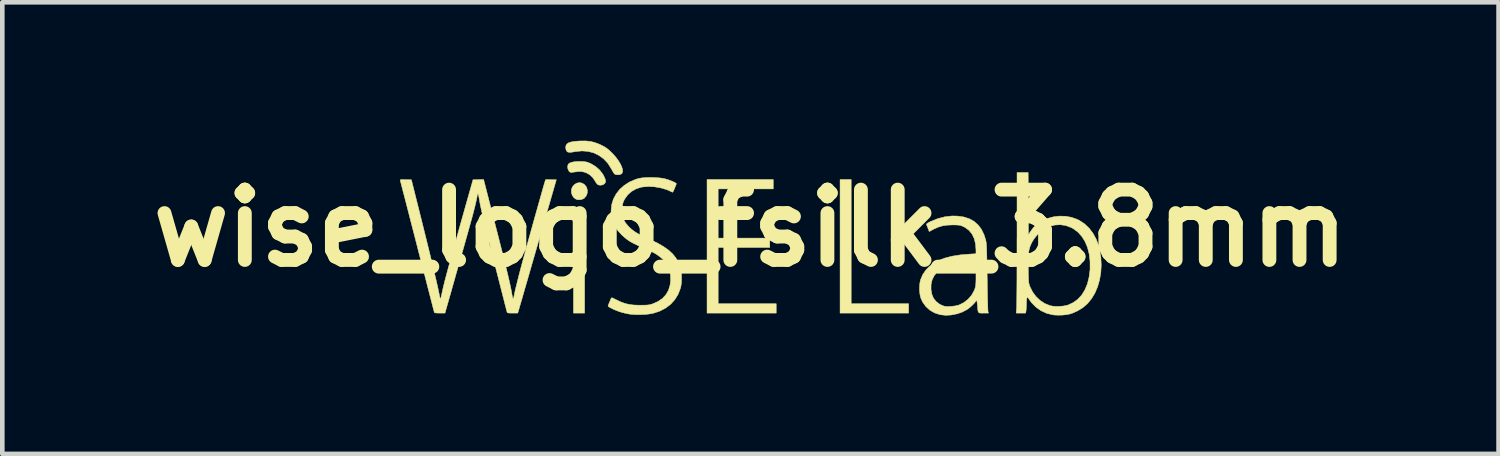
<source format=kicad_pcb>
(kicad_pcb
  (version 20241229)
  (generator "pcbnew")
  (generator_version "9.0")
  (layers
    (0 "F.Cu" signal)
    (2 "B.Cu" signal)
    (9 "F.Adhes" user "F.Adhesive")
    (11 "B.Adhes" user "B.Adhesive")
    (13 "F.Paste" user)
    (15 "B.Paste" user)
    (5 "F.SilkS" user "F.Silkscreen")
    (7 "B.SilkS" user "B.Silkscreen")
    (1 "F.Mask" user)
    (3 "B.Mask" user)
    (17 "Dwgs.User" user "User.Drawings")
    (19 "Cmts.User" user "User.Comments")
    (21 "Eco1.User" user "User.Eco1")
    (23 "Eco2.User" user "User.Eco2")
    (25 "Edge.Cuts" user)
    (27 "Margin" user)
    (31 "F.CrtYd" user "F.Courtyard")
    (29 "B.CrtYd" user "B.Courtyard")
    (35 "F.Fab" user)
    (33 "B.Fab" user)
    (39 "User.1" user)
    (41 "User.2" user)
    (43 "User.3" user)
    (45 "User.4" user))
  (footprint "wise_logo_fsilk_3.8mm"
    (layer "F.Cu")
    (at 13.215 1.895)
    (property "Reference" "wise_logo_fsilk_3.8mm" (at 0 0 0) (layer "F.SilkS") (effects (font (size 1.524 1.524) (thickness 0.3))))
    (attr through_hole)
    (fp_poly (pts (xy -3.594 1.841) (xy -3.835 1.841) (xy -3.835 -0.216) (xy -3.594 -0.216) (xy -3.594 1.841)) (stroke (width 0.01) (type solid)) (fill yes) (layer "F.SilkS"))
    (fp_poly (pts (xy 2.184 1.638) (xy 3.429 1.638) (xy 3.429 1.841) (xy 1.943 1.841) (xy 1.943 -1.054) (xy 2.184 -1.054) (xy 2.184 1.638)) (stroke (width 0.01) (type solid)) (fill yes) (layer "F.SilkS"))
    (fp_poly (pts (xy 0.495 -0.851) (xy -0.699 -0.851) (xy -0.699 0.216) (xy 0.419 0.216) (xy 0.419 0.419) (xy -0.699 0.419) (xy -0.699 1.638) (xy 0.559 1.638) (xy 0.559 1.841) (xy -0.94 1.841) (xy -0.94 -1.054) (xy 0.495 -1.054) (xy 0.495 -0.851)) (stroke (width 0.01) (type solid)) (fill yes) (layer "F.SilkS"))
    (fp_poly (pts (xy -3.65 -0.977) (xy -3.599 -0.947) (xy -3.558 -0.898) (xy -3.553 -0.888) (xy -3.534 -0.825) (xy -3.536 -0.76) (xy -3.559 -0.7) (xy -3.6 -0.651) (xy -3.608 -0.644) (xy -3.657 -0.622) (xy -3.716 -0.614) (xy -3.771 -0.624) (xy -3.78 -0.627) (xy -3.828 -0.662) (xy -3.863 -0.713) (xy -3.88 -0.772) (xy -3.88 -0.835) (xy -3.859 -0.893) (xy -3.858 -0.894) (xy -3.815 -0.945) (xy -3.763 -0.976) (xy -3.707 -0.987) (xy -3.65 -0.977)) (stroke (width 0.01) (type solid)) (fill yes) (layer "F.SilkS"))
    (fp_poly (pts (xy -3.672 -1.446) (xy -3.61 -1.442) (xy -3.563 -1.436) (xy -3.522 -1.425) (xy -3.478 -1.406) (xy -3.453 -1.395) (xy -3.354 -1.335) (xy -3.267 -1.258) (xy -3.198 -1.168) (xy -3.176 -1.127) (xy -3.15 -1.07) (xy -3.139 -1.028) (xy -3.142 -0.995) (xy -3.159 -0.966) (xy -3.159 -0.966) (xy -3.193 -0.942) (xy -3.238 -0.931) (xy -3.284 -0.934) (xy -3.312 -0.946) (xy -3.334 -0.97) (xy -3.359 -1.006) (xy -3.371 -1.028) (xy -3.422 -1.102) (xy -3.488 -1.161) (xy -3.566 -1.204) (xy -3.65 -1.226) (xy -3.725 -1.228) (xy -3.778 -1.221) (xy -3.832 -1.214) (xy -3.849 -1.212) (xy -3.887 -1.208) (xy -3.909 -1.213) (xy -3.928 -1.23) (xy -3.935 -1.239) (xy -3.956 -1.283) (xy -3.962 -1.335) (xy -3.951 -1.382) (xy -3.949 -1.385) (xy -3.924 -1.408) (xy -3.877 -1.427) (xy -3.813 -1.44) (xy -3.736 -1.446) (xy -3.672 -1.446)) (stroke (width 0.01) (type solid)) (fill yes) (layer "F.SilkS"))
    (fp_poly (pts (xy -3.471 -1.88) (xy -3.379 -1.858) (xy -3.285 -1.823) (xy -3.222 -1.794) (xy -3.162 -1.762) (xy -3.111 -1.729) (xy -3.063 -1.69) (xy -3.009 -1.638) (xy -2.997 -1.627) (xy -2.928 -1.551) (xy -2.87 -1.475) (xy -2.824 -1.401) (xy -2.791 -1.333) (xy -2.772 -1.273) (xy -2.77 -1.223) (xy -2.784 -1.187) (xy -2.795 -1.176) (xy -2.832 -1.161) (xy -2.877 -1.156) (xy -2.92 -1.161) (xy -2.949 -1.177) (xy -2.95 -1.178) (xy -2.965 -1.2) (xy -2.987 -1.237) (xy -3.012 -1.282) (xy -3.015 -1.287) (xy -3.088 -1.403) (xy -3.177 -1.499) (xy -3.28 -1.575) (xy -3.394 -1.631) (xy -3.519 -1.664) (xy -3.652 -1.674) (xy -3.791 -1.66) (xy -3.809 -1.657) (xy -3.878 -1.645) (xy -3.928 -1.643) (xy -3.961 -1.651) (xy -3.983 -1.671) (xy -3.998 -1.704) (xy -3.999 -1.709) (xy -4.005 -1.755) (xy -3.995 -1.797) (xy -3.995 -1.798) (xy -3.974 -1.828) (xy -3.939 -1.851) (xy -3.886 -1.868) (xy -3.813 -1.88) (xy -3.719 -1.888) (xy -3.687 -1.889) (xy -3.572 -1.89) (xy -3.471 -1.88)) (stroke (width 0.01) (type solid)) (fill yes) (layer "F.SilkS"))
    (fp_poly (pts (xy 6.023 -0.53) (xy 6.026 0.146) (xy 6.061 0.087) (xy 6.132 -0.011) (xy 6.222 -0.093) (xy 6.326 -0.161) (xy 6.442 -0.211) (xy 6.566 -0.245) (xy 6.694 -0.261) (xy 6.825 -0.258) (xy 6.953 -0.236) (xy 7.077 -0.193) (xy 7.125 -0.17) (xy 7.239 -0.096) (xy 7.34 -0.001) (xy 7.426 0.113) (xy 7.497 0.244) (xy 7.55 0.39) (xy 7.57 0.469) (xy 7.596 0.635) (xy 7.604 0.801) (xy 7.595 0.963) (xy 7.568 1.12) (xy 7.526 1.268) (xy 7.468 1.405) (xy 7.395 1.527) (xy 7.309 1.633) (xy 7.21 1.719) (xy 7.209 1.72) (xy 7.093 1.792) (xy 6.973 1.845) (xy 6.917 1.862) (xy 6.848 1.875) (xy 6.765 1.884) (xy 6.676 1.886) (xy 6.594 1.883) (xy 6.554 1.878) (xy 6.421 1.846) (xy 6.299 1.79) (xy 6.19 1.713) (xy 6.095 1.617) (xy 6.049 1.554) (xy 6.024 1.517) (xy 6.008 1.499) (xy 6 1.497) (xy 5.994 1.508) (xy 5.993 1.513) (xy 5.988 1.54) (xy 5.985 1.584) (xy 5.983 1.635) (xy 5.983 1.645) (xy 5.981 1.7) (xy 5.978 1.753) (xy 5.974 1.791) (xy 5.974 1.794) (xy 5.966 1.841) (xy 5.762 1.841) (xy 5.77 1.725) (xy 5.771 1.697) (xy 5.772 1.645) (xy 5.773 1.572) (xy 5.774 1.478) (xy 5.775 1.366) (xy 5.776 1.238) (xy 5.777 1.095) (xy 5.777 0.939) (xy 5.778 0.773) (xy 5.778 0.733) (xy 6.021 0.733) (xy 6.022 0.845) (xy 6.022 0.876) (xy 6.024 0.974) (xy 6.026 1.051) (xy 6.028 1.109) (xy 6.031 1.154) (xy 6.035 1.188) (xy 6.041 1.215) (xy 6.048 1.24) (xy 6.057 1.264) (xy 6.115 1.381) (xy 6.19 1.483) (xy 6.28 1.568) (xy 6.381 1.634) (xy 6.492 1.678) (xy 6.534 1.688) (xy 6.605 1.696) (xy 6.689 1.696) (xy 6.775 1.689) (xy 6.853 1.675) (xy 6.889 1.664) (xy 7 1.612) (xy 7.098 1.54) (xy 7.182 1.448) (xy 7.25 1.337) (xy 7.304 1.208) (xy 7.34 1.063) (xy 7.361 0.903) (xy 7.362 0.875) (xy 7.361 0.712) (xy 7.342 0.559) (xy 7.306 0.418) (xy 7.253 0.291) (xy 7.184 0.181) (xy 7.101 0.088) (xy 7.003 0.014) (xy 6.955 -0.012) (xy 6.839 -0.056) (xy 6.72 -0.074) (xy 6.599 -0.068) (xy 6.477 -0.036) (xy 6.401 -0.003) (xy 6.337 0.037) (xy 6.269 0.094) (xy 6.203 0.162) (xy 6.145 0.235) (xy 6.105 0.3) (xy 6.08 0.352) (xy 6.06 0.4) (xy 6.045 0.449) (xy 6.034 0.503) (xy 6.027 0.566) (xy 6.023 0.641) (xy 6.021 0.733) (xy 5.778 0.733) (xy 5.778 0.597) (xy 5.778 0.413) (xy 5.778 0.224) (xy 5.779 0.201) (xy 5.779 -1.206) (xy 6.02 -1.206) (xy 6.023 -0.53)) (stroke (width 0.01) (type solid)) (fill yes) (layer "F.SilkS"))
    (fp_poly (pts (xy -2.084 -1.097) (xy -1.989 -1.091) (xy -1.906 -1.081) (xy -1.85 -1.069) (xy -1.786 -1.05) (xy -1.725 -1.028) (xy -1.672 -1.006) (xy -1.632 -0.986) (xy -1.608 -0.969) (xy -1.605 -0.96) (xy -1.634 -0.886) (xy -1.656 -0.834) (xy -1.672 -0.8) (xy -1.682 -0.782) (xy -1.687 -0.778) (xy -1.687 -0.778) (xy -1.808 -0.833) (xy -1.941 -0.872) (xy -2.078 -0.896) (xy -2.213 -0.903) (xy -2.34 -0.892) (xy -2.365 -0.888) (xy -2.475 -0.853) (xy -2.574 -0.798) (xy -2.657 -0.725) (xy -2.722 -0.636) (xy -2.741 -0.6) (xy -2.757 -0.563) (xy -2.767 -0.53) (xy -2.772 -0.493) (xy -2.774 -0.444) (xy -2.775 -0.394) (xy -2.771 -0.3) (xy -2.759 -0.225) (xy -2.735 -0.16) (xy -2.697 -0.101) (xy -2.643 -0.039) (xy -2.624 -0.019) (xy -2.582 0.019) (xy -2.539 0.054) (xy -2.49 0.088) (xy -2.433 0.122) (xy -2.363 0.158) (xy -2.277 0.2) (xy -2.171 0.248) (xy -2.16 0.253) (xy -2.008 0.327) (xy -1.879 0.402) (xy -1.771 0.479) (xy -1.684 0.56) (xy -1.614 0.648) (xy -1.56 0.744) (xy -1.521 0.845) (xy -1.504 0.921) (xy -1.494 1.012) (xy -1.492 1.109) (xy -1.497 1.202) (xy -1.511 1.282) (xy -1.516 1.301) (xy -1.568 1.435) (xy -1.64 1.551) (xy -1.73 1.651) (xy -1.839 1.733) (xy -1.966 1.799) (xy -2.099 1.843) (xy -2.175 1.858) (xy -2.268 1.869) (xy -2.37 1.874) (xy -2.473 1.874) (xy -2.569 1.869) (xy -2.631 1.861) (xy -2.698 1.848) (xy -2.772 1.83) (xy -2.837 1.811) (xy -2.841 1.809) (xy -2.896 1.789) (xy -2.952 1.766) (xy -3.004 1.741) (xy -3.047 1.719) (xy -3.076 1.7) (xy -3.086 1.688) (xy -3.081 1.672) (xy -3.069 1.641) (xy -3.059 1.617) (xy -3.042 1.576) (xy -3.027 1.54) (xy -3.022 1.528) (xy -3.016 1.515) (xy -3.008 1.51) (xy -2.992 1.512) (xy -2.965 1.524) (xy -2.921 1.546) (xy -2.903 1.555) (xy -2.809 1.599) (xy -2.722 1.631) (xy -2.635 1.652) (xy -2.54 1.665) (xy -2.43 1.67) (xy -2.394 1.67) (xy -2.316 1.669) (xy -2.258 1.668) (xy -2.213 1.664) (xy -2.176 1.658) (xy -2.141 1.648) (xy -2.118 1.641) (xy -2.002 1.589) (xy -1.906 1.523) (xy -1.831 1.442) (xy -1.776 1.346) (xy -1.742 1.236) (xy -1.73 1.143) (xy -1.733 1.014) (xy -1.757 0.899) (xy -1.802 0.796) (xy -1.87 0.703) (xy -1.902 0.671) (xy -1.967 0.616) (xy -2.041 0.564) (xy -2.13 0.514) (xy -2.237 0.463) (xy -2.324 0.425) (xy -2.435 0.378) (xy -2.525 0.335) (xy -2.601 0.294) (xy -2.667 0.25) (xy -2.728 0.202) (xy -2.788 0.147) (xy -2.795 0.14) (xy -2.879 0.047) (xy -2.941 -0.045) (xy -2.984 -0.143) (xy -3.01 -0.251) (xy -3.01 -0.253) (xy -3.02 -0.385) (xy -3.006 -0.512) (xy -2.969 -0.631) (xy -2.91 -0.741) (xy -2.832 -0.841) (xy -2.735 -0.927) (xy -2.621 -1) (xy -2.49 -1.056) (xy -2.426 -1.076) (xy -2.36 -1.088) (xy -2.276 -1.096) (xy -2.182 -1.099) (xy -2.084 -1.097)) (stroke (width 0.01) (type solid)) (fill yes) (layer "F.SilkS"))
    (fp_poly (pts (xy 4.482 -0.262) (xy 4.621 -0.243) (xy 4.742 -0.205) (xy 4.846 -0.148) (xy 4.934 -0.071) (xy 5.006 0.024) (xy 5.063 0.141) (xy 5.095 0.239) (xy 5.101 0.262) (xy 5.106 0.285) (xy 5.11 0.311) (xy 5.114 0.342) (xy 5.117 0.381) (xy 5.119 0.429) (xy 5.121 0.489) (xy 5.123 0.564) (xy 5.125 0.655) (xy 5.127 0.764) (xy 5.129 0.895) (xy 5.131 1.048) (xy 5.132 1.054) (xy 5.134 1.188) (xy 5.136 1.315) (xy 5.138 1.432) (xy 5.14 1.538) (xy 5.143 1.63) (xy 5.145 1.705) (xy 5.147 1.761) (xy 5.149 1.796) (xy 5.15 1.807) (xy 5.159 1.841) (xy 5.051 1.841) (xy 5.004 1.842) (xy 4.971 1.839) (xy 4.95 1.831) (xy 4.937 1.812) (xy 4.93 1.779) (xy 4.925 1.728) (xy 4.921 1.673) (xy 4.916 1.624) (xy 4.909 1.586) (xy 4.903 1.564) (xy 4.901 1.562) (xy 4.89 1.572) (xy 4.889 1.573) (xy 4.88 1.593) (xy 4.855 1.624) (xy 4.819 1.661) (xy 4.777 1.7) (xy 4.733 1.737) (xy 4.693 1.765) (xy 4.591 1.819) (xy 4.476 1.858) (xy 4.354 1.882) (xy 4.234 1.889) (xy 4.121 1.877) (xy 4.107 1.874) (xy 3.991 1.836) (xy 3.889 1.777) (xy 3.803 1.699) (xy 3.735 1.605) (xy 3.693 1.514) (xy 3.676 1.445) (xy 3.666 1.361) (xy 3.666 1.323) (xy 3.914 1.323) (xy 3.931 1.429) (xy 3.968 1.518) (xy 4.024 1.59) (xy 4.099 1.647) (xy 4.148 1.671) (xy 4.188 1.687) (xy 4.223 1.696) (xy 4.262 1.699) (xy 4.314 1.698) (xy 4.337 1.697) (xy 4.431 1.687) (xy 4.509 1.669) (xy 4.524 1.664) (xy 4.628 1.612) (xy 4.719 1.54) (xy 4.795 1.452) (xy 4.851 1.351) (xy 4.864 1.318) (xy 4.873 1.289) (xy 4.88 1.259) (xy 4.884 1.224) (xy 4.887 1.178) (xy 4.889 1.118) (xy 4.889 1.039) (xy 4.889 0.995) (xy 4.889 0.745) (xy 4.715 0.754) (xy 4.538 0.769) (xy 4.383 0.796) (xy 4.25 0.836) (xy 4.14 0.887) (xy 4.051 0.951) (xy 3.985 1.027) (xy 3.94 1.116) (xy 3.916 1.217) (xy 3.914 1.323) (xy 3.666 1.323) (xy 3.665 1.271) (xy 3.673 1.187) (xy 3.688 1.118) (xy 3.734 1.009) (xy 3.797 0.915) (xy 3.868 0.84) (xy 3.965 0.763) (xy 4.082 0.699) (xy 4.218 0.647) (xy 4.375 0.607) (xy 4.553 0.579) (xy 4.734 0.564) (xy 4.889 0.555) (xy 4.889 0.471) (xy 4.879 0.341) (xy 4.851 0.227) (xy 4.804 0.129) (xy 4.739 0.049) (xy 4.655 -0.014) (xy 4.616 -0.034) (xy 4.582 -0.049) (xy 4.552 -0.059) (xy 4.52 -0.065) (xy 4.479 -0.068) (xy 4.422 -0.07) (xy 4.381 -0.07) (xy 4.265 -0.065) (xy 4.164 -0.05) (xy 4.071 -0.022) (xy 3.978 0.019) (xy 3.954 0.032) (xy 3.876 0.074) (xy 3.851 0.009) (xy 3.835 -0.032) (xy 3.822 -0.065) (xy 3.817 -0.077) (xy 3.819 -0.09) (xy 3.836 -0.106) (xy 3.872 -0.127) (xy 3.902 -0.142) (xy 4.056 -0.205) (xy 4.214 -0.246) (xy 4.372 -0.264) (xy 4.482 -0.262)) (stroke (width 0.01) (type solid)) (fill yes) (layer "F.SilkS"))
    (fp_poly (pts (xy -5.528 -0.061) (xy -5.471 0.16) (xy -5.421 0.357) (xy -5.376 0.533) (xy -5.337 0.689) (xy -5.303 0.827) (xy -5.273 0.949) (xy -5.248 1.055) (xy -5.227 1.147) (xy -5.209 1.228) (xy -5.194 1.298) (xy -5.182 1.359) (xy -5.172 1.413) (xy -5.168 1.438) (xy -5.158 1.492) (xy -5.149 1.521) (xy -5.14 1.525) (xy -5.131 1.505) (xy -5.125 1.477) (xy -5.113 1.416) (xy -5.095 1.334) (xy -5.07 1.233) (xy -5.041 1.116) (xy -5.008 0.986) (xy -4.971 0.845) (xy -4.931 0.697) (xy -4.914 0.635) (xy -4.883 0.519) (xy -4.849 0.395) (xy -4.812 0.264) (xy -4.775 0.129) (xy -4.736 -0.009) (xy -4.698 -0.147) (xy -4.66 -0.283) (xy -4.623 -0.414) (xy -4.588 -0.539) (xy -4.555 -0.655) (xy -4.525 -0.761) (xy -4.499 -0.853) (xy -4.477 -0.93) (xy -4.459 -0.99) (xy -4.447 -1.03) (xy -4.441 -1.049) (xy -4.441 -1.05) (xy -4.427 -1.052) (xy -4.393 -1.053) (xy -4.346 -1.052) (xy -4.321 -1.051) (xy -4.207 -1.048) (xy -4.603 0.324) (xy -4.656 0.506) (xy -4.707 0.683) (xy -4.756 0.852) (xy -4.802 1.012) (xy -4.845 1.161) (xy -4.885 1.298) (xy -4.92 1.421) (xy -4.951 1.528) (xy -4.977 1.617) (xy -4.998 1.688) (xy -5.012 1.738) (xy -5.02 1.765) (xy -5.021 1.768) (xy -5.043 1.841) (xy -5.156 1.841) (xy -5.211 1.841) (xy -5.246 1.838) (xy -5.265 1.833) (xy -5.274 1.823) (xy -5.275 1.819) (xy -5.279 1.804) (xy -5.289 1.766) (xy -5.305 1.706) (xy -5.325 1.628) (xy -5.349 1.533) (xy -5.377 1.423) (xy -5.409 1.299) (xy -5.443 1.164) (xy -5.48 1.02) (xy -5.519 0.868) (xy -5.536 0.8) (xy -5.59 0.589) (xy -5.638 0.4) (xy -5.68 0.233) (xy -5.717 0.085) (xy -5.749 -0.045) (xy -5.777 -0.159) (xy -5.801 -0.259) (xy -5.821 -0.347) (xy -5.838 -0.424) (xy -5.852 -0.491) (xy -5.864 -0.552) (xy -5.873 -0.606) (xy -5.881 -0.651) (xy -5.889 -0.697) (xy -5.898 -0.732) (xy -5.904 -0.749) (xy -5.906 -0.749) (xy -5.913 -0.738) (xy -5.921 -0.71) (xy -5.923 -0.695) (xy -5.931 -0.651) (xy -5.942 -0.598) (xy -5.956 -0.537) (xy -5.973 -0.464) (xy -5.995 -0.379) (xy -6.021 -0.279) (xy -6.053 -0.163) (xy -6.09 -0.029) (xy -6.133 0.125) (xy -6.182 0.3) (xy -6.224 0.449) (xy -6.267 0.597) (xy -6.309 0.746) (xy -6.351 0.893) (xy -6.391 1.033) (xy -6.428 1.166) (xy -6.462 1.286) (xy -6.492 1.392) (xy -6.517 1.479) (xy -6.536 1.545) (xy -6.536 1.546) (xy -6.62 1.841) (xy -6.733 1.841) (xy -6.795 1.84) (xy -6.833 1.836) (xy -6.851 1.828) (xy -6.852 1.826) (xy -6.855 1.811) (xy -6.865 1.774) (xy -6.881 1.716) (xy -6.901 1.637) (xy -6.926 1.54) (xy -6.955 1.426) (xy -6.989 1.297) (xy -7.025 1.155) (xy -7.065 1) (xy -7.108 0.835) (xy -7.153 0.66) (xy -7.2 0.479) (xy -7.22 0.4) (xy -7.267 0.216) (xy -7.313 0.038) (xy -7.357 -0.132) (xy -7.398 -0.292) (xy -7.436 -0.44) (xy -7.471 -0.576) (xy -7.502 -0.697) (xy -7.53 -0.802) (xy -7.552 -0.889) (xy -7.57 -0.957) (xy -7.582 -1.004) (xy -7.589 -1.029) (xy -7.59 -1.032) (xy -7.591 -1.043) (xy -7.584 -1.049) (xy -7.565 -1.052) (xy -7.528 -1.053) (xy -7.473 -1.051) (xy -7.348 -1.048) (xy -7.148 -0.248) (xy -7.086 -0.001) (xy -7.029 0.23) (xy -6.976 0.445) (xy -6.928 0.642) (xy -6.885 0.821) (xy -6.847 0.981) (xy -6.814 1.12) (xy -6.787 1.238) (xy -6.766 1.334) (xy -6.751 1.406) (xy -6.748 1.419) (xy -6.738 1.47) (xy -6.729 1.51) (xy -6.722 1.533) (xy -6.719 1.537) (xy -6.714 1.525) (xy -6.705 1.492) (xy -6.693 1.444) (xy -6.68 1.382) (xy -6.671 1.343) (xy -6.662 1.3) (xy -6.65 1.25) (xy -6.636 1.193) (xy -6.619 1.125) (xy -6.598 1.047) (xy -6.574 0.956) (xy -6.546 0.852) (xy -6.513 0.733) (xy -6.476 0.598) (xy -6.434 0.446) (xy -6.386 0.275) (xy -6.332 0.084) (xy -6.273 -0.129) (xy -6.206 -0.364) (xy -6.182 -0.451) (xy -6.013 -1.048) (xy -5.898 -1.051) (xy -5.783 -1.055) (xy -5.528 -0.061)) (stroke (width 0.01) (type solid)) (fill yes) (layer "F.SilkS")))
  (gr_rect
    (start -3 -3)
    (end 29.431 6.789)
    (stroke (width 0.1) (type default))
    (fill no)
    (layer "Edge.Cuts")))
</source>
